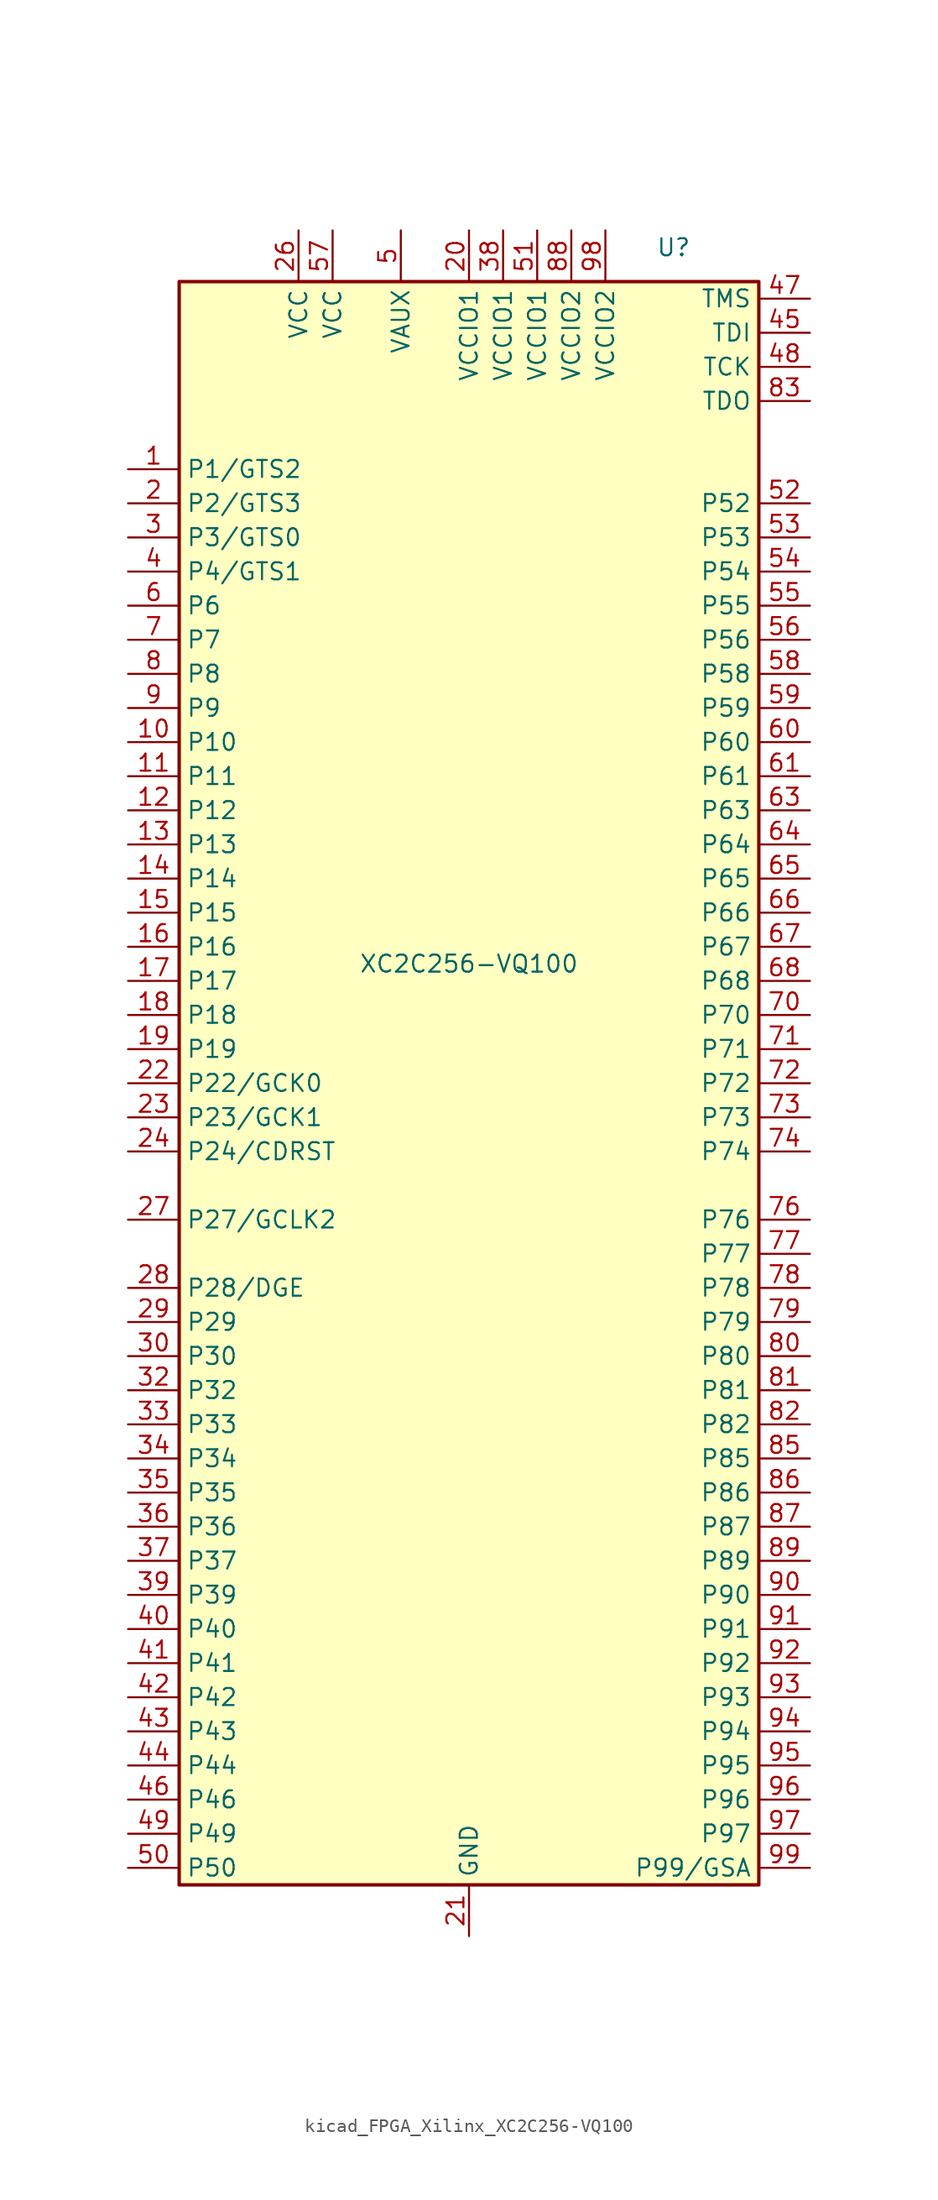
<source format=kicad_sym>
(kicad_symbol_lib
  (version 20220914)
  (generator kicad_symbol_editor)
  (symbol "kicad_FPGA_Xilinx_XC2C256-VQ100"
    (property "Reference" "U"
      (at 15.24 62.23 0)
      (effects (font (size 1.27 1.27))))
    (property "Value" "XC2C256-VQ100"
      (at 0 8.89 0)
      (effects (font (size 1.27 1.27))))
    (symbol "kicad_FPGA_Xilinx_XC2C256-VQ100_0_1"
      (rectangle (start -21.59 59.69) (end 21.59 -59.69) (stroke (width 0.254) (type default)) (fill (type background))))
    (symbol "kicad_FPGA_Xilinx_XC2C256-VQ100_1_1"
      (pin bidirectional line (at -25.4 45.72 0) (length 3.81) (name "P1/GTS2" (effects (font (size 1.27 1.27)))) (number "1" (effects (font (size 1.27 1.27)))))
      (pin bidirectional line (at -25.4 25.4 0) (length 3.81) (name "P10" (effects (font (size 1.27 1.27)))) (number "10" (effects (font (size 1.27 1.27)))))
      (pin passive line (at 0 -63.5 90) (length 3.81) hide (name "GND" (effects (font (size 1.27 1.27)))) (number "100" (effects (font (size 1.27 1.27)))))
      (pin bidirectional line (at -25.4 22.86 0) (length 3.81) (name "P11" (effects (font (size 1.27 1.27)))) (number "11" (effects (font (size 1.27 1.27)))))
      (pin bidirectional line (at -25.4 20.32 0) (length 3.81) (name "P12" (effects (font (size 1.27 1.27)))) (number "12" (effects (font (size 1.27 1.27)))))
      (pin bidirectional line (at -25.4 17.78 0) (length 3.81) (name "P13" (effects (font (size 1.27 1.27)))) (number "13" (effects (font (size 1.27 1.27)))))
      (pin bidirectional line (at -25.4 15.24 0) (length 3.81) (name "P14" (effects (font (size 1.27 1.27)))) (number "14" (effects (font (size 1.27 1.27)))))
      (pin bidirectional line (at -25.4 12.7 0) (length 3.81) (name "P15" (effects (font (size 1.27 1.27)))) (number "15" (effects (font (size 1.27 1.27)))))
      (pin bidirectional line (at -25.4 10.16 0) (length 3.81) (name "P16" (effects (font (size 1.27 1.27)))) (number "16" (effects (font (size 1.27 1.27)))))
      (pin bidirectional line (at -25.4 7.62 0) (length 3.81) (name "P17" (effects (font (size 1.27 1.27)))) (number "17" (effects (font (size 1.27 1.27)))))
      (pin bidirectional line (at -25.4 5.08 0) (length 3.81) (name "P18" (effects (font (size 1.27 1.27)))) (number "18" (effects (font (size 1.27 1.27)))))
      (pin bidirectional line (at -25.4 2.54 0) (length 3.81) (name "P19" (effects (font (size 1.27 1.27)))) (number "19" (effects (font (size 1.27 1.27)))))
      (pin bidirectional line (at -25.4 43.18 0) (length 3.81) (name "P2/GTS3" (effects (font (size 1.27 1.27)))) (number "2" (effects (font (size 1.27 1.27)))))
      (pin power_in line (at 0 63.5 270) (length 3.81) (name "VCCIO1" (effects (font (size 1.27 1.27)))) (number "20" (effects (font (size 1.27 1.27)))))
      (pin power_in line (at 0 -63.5 90) (length 3.81) (name "GND" (effects (font (size 1.27 1.27)))) (number "21" (effects (font (size 1.27 1.27)))))
      (pin bidirectional line (at -25.4 0 0) (length 3.81) (name "P22/GCK0" (effects (font (size 1.27 1.27)))) (number "22" (effects (font (size 1.27 1.27)))))
      (pin bidirectional line (at -25.4 -2.54 0) (length 3.81) (name "P23/GCK1" (effects (font (size 1.27 1.27)))) (number "23" (effects (font (size 1.27 1.27)))))
      (pin bidirectional line (at -25.4 -5.08 0) (length 3.81) (name "P24/CDRST" (effects (font (size 1.27 1.27)))) (number "24" (effects (font (size 1.27 1.27)))))
      (pin passive line (at 0 -63.5 90) (length 3.81) hide (name "GND" (effects (font (size 1.27 1.27)))) (number "25" (effects (font (size 1.27 1.27)))))
      (pin power_in line (at -12.7 63.5 270) (length 3.81) (name "VCC" (effects (font (size 1.27 1.27)))) (number "26" (effects (font (size 1.27 1.27)))))
      (pin bidirectional line (at -25.4 -10.16 0) (length 3.81) (name "P27/GCLK2" (effects (font (size 1.27 1.27)))) (number "27" (effects (font (size 1.27 1.27)))))
      (pin bidirectional line (at -25.4 -15.24 0) (length 3.81) (name "P28/DGE" (effects (font (size 1.27 1.27)))) (number "28" (effects (font (size 1.27 1.27)))))
      (pin bidirectional line (at -25.4 -17.78 0) (length 3.81) (name "P29" (effects (font (size 1.27 1.27)))) (number "29" (effects (font (size 1.27 1.27)))))
      (pin bidirectional line (at -25.4 40.64 0) (length 3.81) (name "P3/GTS0" (effects (font (size 1.27 1.27)))) (number "3" (effects (font (size 1.27 1.27)))))
      (pin bidirectional line (at -25.4 -20.32 0) (length 3.81) (name "P30" (effects (font (size 1.27 1.27)))) (number "30" (effects (font (size 1.27 1.27)))))
      (pin passive line (at 0 -63.5 90) (length 3.81) hide (name "GND" (effects (font (size 1.27 1.27)))) (number "31" (effects (font (size 1.27 1.27)))))
      (pin bidirectional line (at -25.4 -22.86 0) (length 3.81) (name "P32" (effects (font (size 1.27 1.27)))) (number "32" (effects (font (size 1.27 1.27)))))
      (pin bidirectional line (at -25.4 -25.4 0) (length 3.81) (name "P33" (effects (font (size 1.27 1.27)))) (number "33" (effects (font (size 1.27 1.27)))))
      (pin bidirectional line (at -25.4 -27.94 0) (length 3.81) (name "P34" (effects (font (size 1.27 1.27)))) (number "34" (effects (font (size 1.27 1.27)))))
      (pin bidirectional line (at -25.4 -30.48 0) (length 3.81) (name "P35" (effects (font (size 1.27 1.27)))) (number "35" (effects (font (size 1.27 1.27)))))
      (pin bidirectional line (at -25.4 -33.02 0) (length 3.81) (name "P36" (effects (font (size 1.27 1.27)))) (number "36" (effects (font (size 1.27 1.27)))))
      (pin bidirectional line (at -25.4 -35.56 0) (length 3.81) (name "P37" (effects (font (size 1.27 1.27)))) (number "37" (effects (font (size 1.27 1.27)))))
      (pin power_in line (at 2.54 63.5 270) (length 3.81) (name "VCCIO1" (effects (font (size 1.27 1.27)))) (number "38" (effects (font (size 1.27 1.27)))))
      (pin bidirectional line (at -25.4 -38.1 0) (length 3.81) (name "P39" (effects (font (size 1.27 1.27)))) (number "39" (effects (font (size 1.27 1.27)))))
      (pin bidirectional line (at -25.4 38.1 0) (length 3.81) (name "P4/GTS1" (effects (font (size 1.27 1.27)))) (number "4" (effects (font (size 1.27 1.27)))))
      (pin bidirectional line (at -25.4 -40.64 0) (length 3.81) (name "P40" (effects (font (size 1.27 1.27)))) (number "40" (effects (font (size 1.27 1.27)))))
      (pin bidirectional line (at -25.4 -43.18 0) (length 3.81) (name "P41" (effects (font (size 1.27 1.27)))) (number "41" (effects (font (size 1.27 1.27)))))
      (pin bidirectional line (at -25.4 -45.72 0) (length 3.81) (name "P42" (effects (font (size 1.27 1.27)))) (number "42" (effects (font (size 1.27 1.27)))))
      (pin bidirectional line (at -25.4 -48.26 0) (length 3.81) (name "P43" (effects (font (size 1.27 1.27)))) (number "43" (effects (font (size 1.27 1.27)))))
      (pin bidirectional line (at -25.4 -50.8 0) (length 3.81) (name "P44" (effects (font (size 1.27 1.27)))) (number "44" (effects (font (size 1.27 1.27)))))
      (pin input line (at 25.4 55.88 180) (length 3.81) (name "TDI" (effects (font (size 1.27 1.27)))) (number "45" (effects (font (size 1.27 1.27)))))
      (pin bidirectional line (at -25.4 -53.34 0) (length 3.81) (name "P46" (effects (font (size 1.27 1.27)))) (number "46" (effects (font (size 1.27 1.27)))))
      (pin input line (at 25.4 58.42 180) (length 3.81) (name "TMS" (effects (font (size 1.27 1.27)))) (number "47" (effects (font (size 1.27 1.27)))))
      (pin input line (at 25.4 53.34 180) (length 3.81) (name "TCK" (effects (font (size 1.27 1.27)))) (number "48" (effects (font (size 1.27 1.27)))))
      (pin bidirectional line (at -25.4 -55.88 0) (length 3.81) (name "P49" (effects (font (size 1.27 1.27)))) (number "49" (effects (font (size 1.27 1.27)))))
      (pin power_in line (at -5.08 63.5 270) (length 3.81) (name "VAUX" (effects (font (size 1.27 1.27)))) (number "5" (effects (font (size 1.27 1.27)))))
      (pin bidirectional line (at -25.4 -58.42 0) (length 3.81) (name "P50" (effects (font (size 1.27 1.27)))) (number "50" (effects (font (size 1.27 1.27)))))
      (pin power_in line (at 5.08 63.5 270) (length 3.81) (name "VCCIO1" (effects (font (size 1.27 1.27)))) (number "51" (effects (font (size 1.27 1.27)))))
      (pin bidirectional line (at 25.4 43.18 180) (length 3.81) (name "P52" (effects (font (size 1.27 1.27)))) (number "52" (effects (font (size 1.27 1.27)))))
      (pin bidirectional line (at 25.4 40.64 180) (length 3.81) (name "P53" (effects (font (size 1.27 1.27)))) (number "53" (effects (font (size 1.27 1.27)))))
      (pin bidirectional line (at 25.4 38.1 180) (length 3.81) (name "P54" (effects (font (size 1.27 1.27)))) (number "54" (effects (font (size 1.27 1.27)))))
      (pin bidirectional line (at 25.4 35.56 180) (length 3.81) (name "P55" (effects (font (size 1.27 1.27)))) (number "55" (effects (font (size 1.27 1.27)))))
      (pin bidirectional line (at 25.4 33.02 180) (length 3.81) (name "P56" (effects (font (size 1.27 1.27)))) (number "56" (effects (font (size 1.27 1.27)))))
      (pin power_in line (at -10.16 63.5 270) (length 3.81) (name "VCC" (effects (font (size 1.27 1.27)))) (number "57" (effects (font (size 1.27 1.27)))))
      (pin bidirectional line (at 25.4 30.48 180) (length 3.81) (name "P58" (effects (font (size 1.27 1.27)))) (number "58" (effects (font (size 1.27 1.27)))))
      (pin bidirectional line (at 25.4 27.94 180) (length 3.81) (name "P59" (effects (font (size 1.27 1.27)))) (number "59" (effects (font (size 1.27 1.27)))))
      (pin bidirectional line (at -25.4 35.56 0) (length 3.81) (name "P6" (effects (font (size 1.27 1.27)))) (number "6" (effects (font (size 1.27 1.27)))))
      (pin bidirectional line (at 25.4 25.4 180) (length 3.81) (name "P60" (effects (font (size 1.27 1.27)))) (number "60" (effects (font (size 1.27 1.27)))))
      (pin bidirectional line (at 25.4 22.86 180) (length 3.81) (name "P61" (effects (font (size 1.27 1.27)))) (number "61" (effects (font (size 1.27 1.27)))))
      (pin passive line (at 0 -63.5 90) (length 3.81) hide (name "GND" (effects (font (size 1.27 1.27)))) (number "62" (effects (font (size 1.27 1.27)))))
      (pin bidirectional line (at 25.4 20.32 180) (length 3.81) (name "P63" (effects (font (size 1.27 1.27)))) (number "63" (effects (font (size 1.27 1.27)))))
      (pin bidirectional line (at 25.4 17.78 180) (length 3.81) (name "P64" (effects (font (size 1.27 1.27)))) (number "64" (effects (font (size 1.27 1.27)))))
      (pin bidirectional line (at 25.4 15.24 180) (length 3.81) (name "P65" (effects (font (size 1.27 1.27)))) (number "65" (effects (font (size 1.27 1.27)))))
      (pin bidirectional line (at 25.4 12.7 180) (length 3.81) (name "P66" (effects (font (size 1.27 1.27)))) (number "66" (effects (font (size 1.27 1.27)))))
      (pin bidirectional line (at 25.4 10.16 180) (length 3.81) (name "P67" (effects (font (size 1.27 1.27)))) (number "67" (effects (font (size 1.27 1.27)))))
      (pin bidirectional line (at 25.4 7.62 180) (length 3.81) (name "P68" (effects (font (size 1.27 1.27)))) (number "68" (effects (font (size 1.27 1.27)))))
      (pin passive line (at 0 -63.5 90) (length 3.81) hide (name "GND" (effects (font (size 1.27 1.27)))) (number "69" (effects (font (size 1.27 1.27)))))
      (pin bidirectional line (at -25.4 33.02 0) (length 3.81) (name "P7" (effects (font (size 1.27 1.27)))) (number "7" (effects (font (size 1.27 1.27)))))
      (pin bidirectional line (at 25.4 5.08 180) (length 3.81) (name "P70" (effects (font (size 1.27 1.27)))) (number "70" (effects (font (size 1.27 1.27)))))
      (pin bidirectional line (at 25.4 2.54 180) (length 3.81) (name "P71" (effects (font (size 1.27 1.27)))) (number "71" (effects (font (size 1.27 1.27)))))
      (pin bidirectional line (at 25.4 0 180) (length 3.81) (name "P72" (effects (font (size 1.27 1.27)))) (number "72" (effects (font (size 1.27 1.27)))))
      (pin bidirectional line (at 25.4 -2.54 180) (length 3.81) (name "P73" (effects (font (size 1.27 1.27)))) (number "73" (effects (font (size 1.27 1.27)))))
      (pin bidirectional line (at 25.4 -5.08 180) (length 3.81) (name "P74" (effects (font (size 1.27 1.27)))) (number "74" (effects (font (size 1.27 1.27)))))
      (pin passive line (at 0 -63.5 90) (length 3.81) hide (name "GND" (effects (font (size 1.27 1.27)))) (number "75" (effects (font (size 1.27 1.27)))))
      (pin bidirectional line (at 25.4 -10.16 180) (length 3.81) (name "P76" (effects (font (size 1.27 1.27)))) (number "76" (effects (font (size 1.27 1.27)))))
      (pin bidirectional line (at 25.4 -12.7 180) (length 3.81) (name "P77" (effects (font (size 1.27 1.27)))) (number "77" (effects (font (size 1.27 1.27)))))
      (pin bidirectional line (at 25.4 -15.24 180) (length 3.81) (name "P78" (effects (font (size 1.27 1.27)))) (number "78" (effects (font (size 1.27 1.27)))))
      (pin bidirectional line (at 25.4 -17.78 180) (length 3.81) (name "P79" (effects (font (size 1.27 1.27)))) (number "79" (effects (font (size 1.27 1.27)))))
      (pin bidirectional line (at -25.4 30.48 0) (length 3.81) (name "P8" (effects (font (size 1.27 1.27)))) (number "8" (effects (font (size 1.27 1.27)))))
      (pin bidirectional line (at 25.4 -20.32 180) (length 3.81) (name "P80" (effects (font (size 1.27 1.27)))) (number "80" (effects (font (size 1.27 1.27)))))
      (pin bidirectional line (at 25.4 -22.86 180) (length 3.81) (name "P81" (effects (font (size 1.27 1.27)))) (number "81" (effects (font (size 1.27 1.27)))))
      (pin bidirectional line (at 25.4 -25.4 180) (length 3.81) (name "P82" (effects (font (size 1.27 1.27)))) (number "82" (effects (font (size 1.27 1.27)))))
      (pin output line (at 25.4 50.8 180) (length 3.81) (name "TDO" (effects (font (size 1.27 1.27)))) (number "83" (effects (font (size 1.27 1.27)))))
      (pin passive line (at 0 -63.5 90) (length 3.81) hide (name "GND" (effects (font (size 1.27 1.27)))) (number "84" (effects (font (size 1.27 1.27)))))
      (pin bidirectional line (at 25.4 -27.94 180) (length 3.81) (name "P85" (effects (font (size 1.27 1.27)))) (number "85" (effects (font (size 1.27 1.27)))))
      (pin bidirectional line (at 25.4 -30.48 180) (length 3.81) (name "P86" (effects (font (size 1.27 1.27)))) (number "86" (effects (font (size 1.27 1.27)))))
      (pin bidirectional line (at 25.4 -33.02 180) (length 3.81) (name "P87" (effects (font (size 1.27 1.27)))) (number "87" (effects (font (size 1.27 1.27)))))
      (pin power_in line (at 7.62 63.5 270) (length 3.81) (name "VCCIO2" (effects (font (size 1.27 1.27)))) (number "88" (effects (font (size 1.27 1.27)))))
      (pin bidirectional line (at 25.4 -35.56 180) (length 3.81) (name "P89" (effects (font (size 1.27 1.27)))) (number "89" (effects (font (size 1.27 1.27)))))
      (pin bidirectional line (at -25.4 27.94 0) (length 3.81) (name "P9" (effects (font (size 1.27 1.27)))) (number "9" (effects (font (size 1.27 1.27)))))
      (pin bidirectional line (at 25.4 -38.1 180) (length 3.81) (name "P90" (effects (font (size 1.27 1.27)))) (number "90" (effects (font (size 1.27 1.27)))))
      (pin bidirectional line (at 25.4 -40.64 180) (length 3.81) (name "P91" (effects (font (size 1.27 1.27)))) (number "91" (effects (font (size 1.27 1.27)))))
      (pin bidirectional line (at 25.4 -43.18 180) (length 3.81) (name "P92" (effects (font (size 1.27 1.27)))) (number "92" (effects (font (size 1.27 1.27)))))
      (pin bidirectional line (at 25.4 -45.72 180) (length 3.81) (name "P93" (effects (font (size 1.27 1.27)))) (number "93" (effects (font (size 1.27 1.27)))))
      (pin bidirectional line (at 25.4 -48.26 180) (length 3.81) (name "P94" (effects (font (size 1.27 1.27)))) (number "94" (effects (font (size 1.27 1.27)))))
      (pin bidirectional line (at 25.4 -50.8 180) (length 3.81) (name "P95" (effects (font (size 1.27 1.27)))) (number "95" (effects (font (size 1.27 1.27)))))
      (pin bidirectional line (at 25.4 -53.34 180) (length 3.81) (name "P96" (effects (font (size 1.27 1.27)))) (number "96" (effects (font (size 1.27 1.27)))))
      (pin bidirectional line (at 25.4 -55.88 180) (length 3.81) (name "P97" (effects (font (size 1.27 1.27)))) (number "97" (effects (font (size 1.27 1.27)))))
      (pin power_in line (at 10.16 63.5 270) (length 3.81) (name "VCCIO2" (effects (font (size 1.27 1.27)))) (number "98" (effects (font (size 1.27 1.27)))))
      (pin bidirectional line (at 25.4 -58.42 180) (length 3.81) (name "P99/GSA" (effects (font (size 1.27 1.27)))) (number "99" (effects (font (size 1.27 1.27))))))))
</source>
